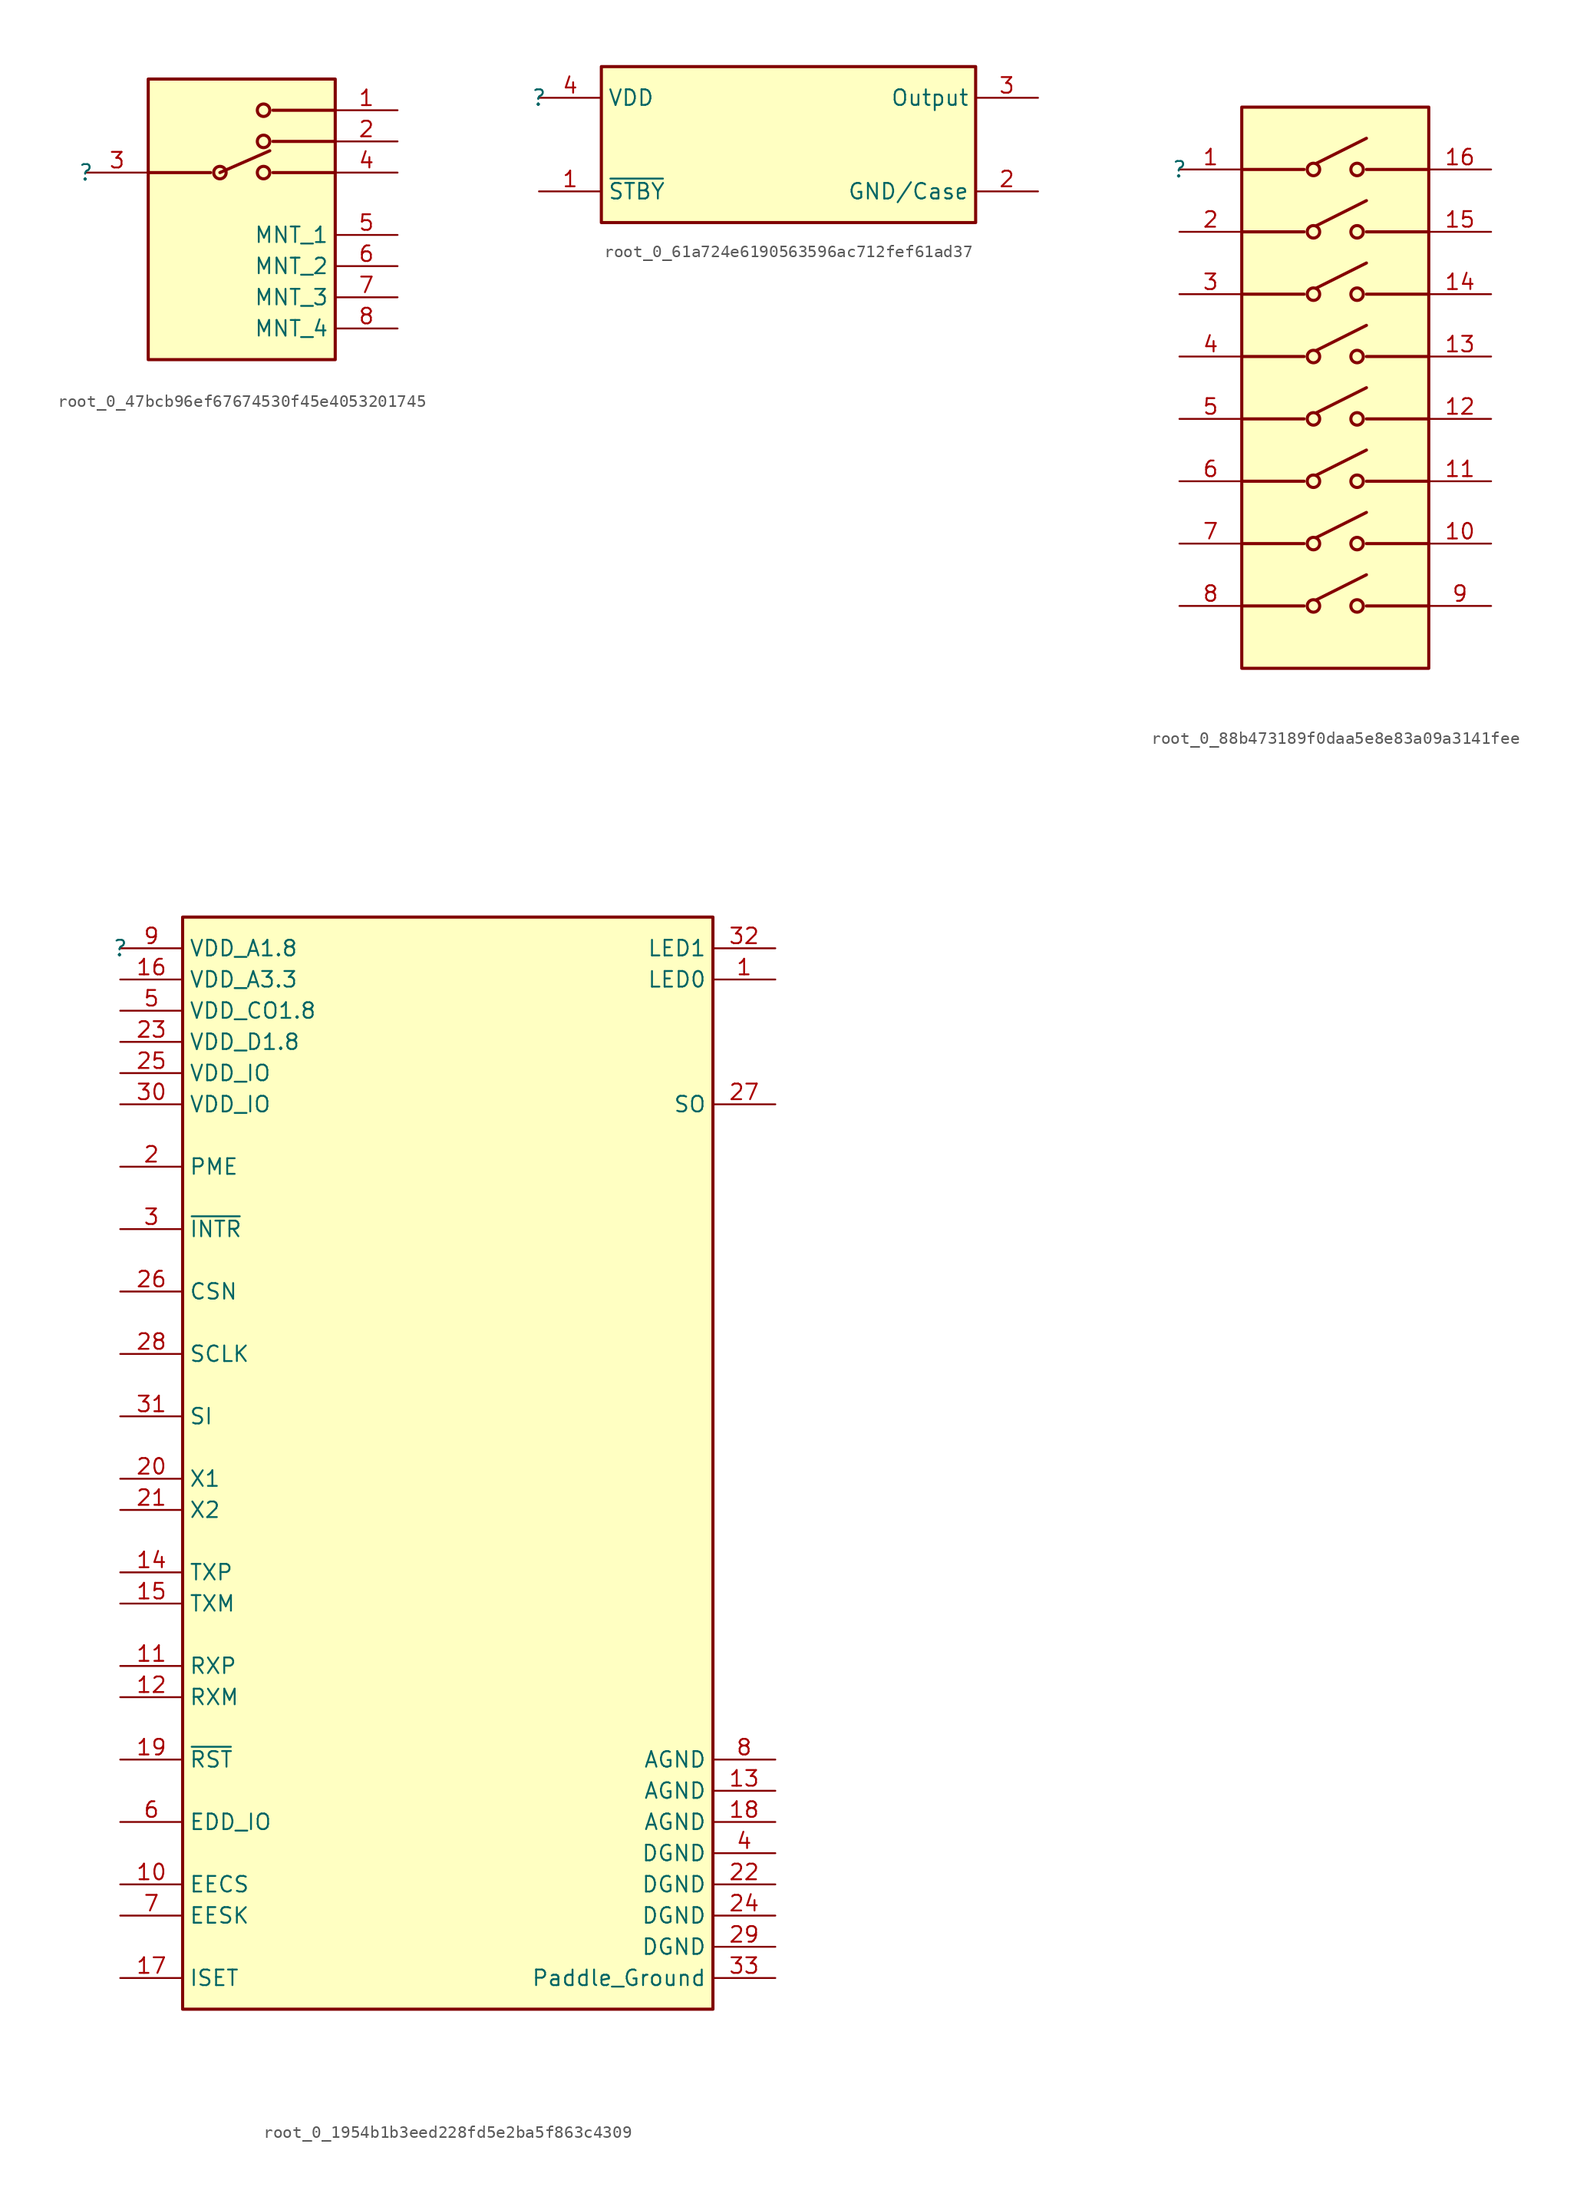
<source format=kicad_sym>
(kicad_symbol_lib
  (version 20231120)
  (generator "kicad_symbol_editor")
  (generator_version "8.0")
  (symbol "root_0_47bcb96ef67674530f45e4053201745"
    (property "Reference" ""
      (at 0 0 0)
      (effects (font (size 1.27 1.27))))
    (property "Value" ""
      (at 0 0 0)
      (effects (font (size 1.27 1.27))))
    (symbol "root_0_47bcb96ef67674530f45e4053201745_1_0"
      (polyline (pts (xy 5.08 0) (xy 10.16 0)) (stroke (width 0.254) (type solid)) (fill (type none)))
      (polyline (pts (xy 10.922 0) (xy 14.986 1.778)) (stroke (width 0.254) (type solid)) (fill (type none)))
      (polyline (pts (xy 15.24 0) (xy 20.32 0)) (stroke (width 0.254) (type solid)) (fill (type none)))
      (polyline (pts (xy 15.24 2.54) (xy 20.32 2.54)) (stroke (width 0.254) (type solid)) (fill (type none)))
      (polyline (pts (xy 20.32 5.08) (xy 15.24 5.08)) (stroke (width 0.254) (type solid)) (fill (type none)))
      (circle (center 10.922 0) (radius 0.508) (stroke (width 0.254) (type solid)) (fill (type none)))
      (circle (center 14.478 0) (radius 0.508) (stroke (width 0.254) (type solid)) (fill (type none)))
      (circle (center 14.478 2.54) (radius 0.508) (stroke (width 0.254) (type solid)) (fill (type none)))
      (circle (center 14.478 5.08) (radius 0.508) (stroke (width 0.254) (type solid)) (fill (type none)))
      (rectangle (start 20.32 7.62) (end 5.08 -15.24) (stroke (width 0.254) (type solid) (color 128 0 0 1)) (fill (type background)))
      (pin passive line (at 25.4 5.08 180) (length 5.08) (name "1" (effects (font (size 0 0)))) (number "1" (effects (font (size 1.27 1.27)))))
      (pin passive line (at 25.4 2.54 180) (length 5.08) (name "2" (effects (font (size 0 0)))) (number "2" (effects (font (size 1.27 1.27)))))
      (pin passive line (at 0 0 0) (length 5.08) (name "C" (effects (font (size 0 0)))) (number "3" (effects (font (size 1.27 1.27)))))
      (pin passive line (at 25.4 0 180) (length 5.08) (name "4" (effects (font (size 0 0)))) (number "4" (effects (font (size 1.27 1.27)))))
      (pin passive line (at 25.4 -5.08 180) (length 5.08) (name "MNT_1" (effects (font (size 1.27 1.27)))) (number "5" (effects (font (size 1.27 1.27)))))
      (pin passive line (at 25.4 -7.62 180) (length 5.08) (name "MNT_2" (effects (font (size 1.27 1.27)))) (number "6" (effects (font (size 1.27 1.27)))))
      (pin passive line (at 25.4 -10.16 180) (length 5.08) (name "MNT_3" (effects (font (size 1.27 1.27)))) (number "7" (effects (font (size 1.27 1.27)))))
      (pin passive line (at 25.4 -12.7 180) (length 5.08) (name "MNT_4" (effects (font (size 1.27 1.27)))) (number "8" (effects (font (size 1.27 1.27)))))))
  (symbol "root_0_61a724e6190563596ac712fef61ad37"
    (property "Reference" ""
      (at 0 0 0)
      (effects (font (size 1.27 1.27))))
    (property "Value" ""
      (at 0 0 0)
      (effects (font (size 1.27 1.27))))
    (symbol "root_0_61a724e6190563596ac712fef61ad37_1_0"
      (rectangle (start 35.56 2.54) (end 5.08 -10.16) (stroke (width 0.254) (type solid) (color 128 0 0 1)) (fill (type background)))
      (pin input line (at 0 -7.62 0) (length 5.08) (name "~{STBY}" (effects (font (size 1.27 1.27)))) (number "1" (effects (font (size 1.27 1.27)))))
      (pin power_in line (at 40.64 -7.62 180) (length 5.08) (name "GND/Case" (effects (font (size 1.27 1.27)))) (number "2" (effects (font (size 1.27 1.27)))))
      (pin output line (at 40.64 0 180) (length 5.08) (name "Output" (effects (font (size 1.27 1.27)))) (number "3" (effects (font (size 1.27 1.27)))))
      (pin power_in line (at 0 0 0) (length 5.08) (name "VDD" (effects (font (size 1.27 1.27)))) (number "4" (effects (font (size 1.27 1.27)))))))
  (symbol "root_0_88b473189f0daa5e8e83a09a3141fee"
    (property "Reference" ""
      (at 0 0 0)
      (effects (font (size 1.27 1.27))))
    (property "Value" ""
      (at 0 0 0)
      (effects (font (size 1.27 1.27))))
    (symbol "root_0_88b473189f0daa5e8e83a09a3141fee_1_0"
      (polyline (pts (xy 5.08 -35.56) (xy 10.16 -35.56)) (stroke (width 0.254) (type solid)) (fill (type none)))
      (polyline (pts (xy 5.08 -30.48) (xy 10.16 -30.48)) (stroke (width 0.254) (type solid)) (fill (type none)))
      (polyline (pts (xy 5.08 -25.4) (xy 10.16 -25.4)) (stroke (width 0.254) (type solid)) (fill (type none)))
      (polyline (pts (xy 5.08 -20.32) (xy 10.16 -20.32)) (stroke (width 0.254) (type solid)) (fill (type none)))
      (polyline (pts (xy 5.08 -15.24) (xy 10.16 -15.24)) (stroke (width 0.254) (type solid)) (fill (type none)))
      (polyline (pts (xy 5.08 -10.16) (xy 10.16 -10.16)) (stroke (width 0.254) (type solid)) (fill (type none)))
      (polyline (pts (xy 5.08 -5.08) (xy 10.16 -5.08)) (stroke (width 0.254) (type solid)) (fill (type none)))
      (polyline (pts (xy 5.08 0) (xy 10.16 0)) (stroke (width 0.254) (type solid)) (fill (type none)))
      (polyline (pts (xy 15.24 -33.02) (xy 11.176 -35.052)) (stroke (width 0.254) (type solid)) (fill (type none)))
      (polyline (pts (xy 15.24 -27.94) (xy 11.176 -29.972)) (stroke (width 0.254) (type solid)) (fill (type none)))
      (polyline (pts (xy 15.24 -22.86) (xy 11.176 -24.892)) (stroke (width 0.254) (type solid)) (fill (type none)))
      (polyline (pts (xy 15.24 -20.32) (xy 20.32 -20.32)) (stroke (width 0.254) (type solid)) (fill (type none)))
      (polyline (pts (xy 15.24 -17.78) (xy 11.176 -19.812)) (stroke (width 0.254) (type solid)) (fill (type none)))
      (polyline (pts (xy 15.24 -12.7) (xy 11.176 -14.732)) (stroke (width 0.254) (type solid)) (fill (type none)))
      (polyline (pts (xy 15.24 -7.62) (xy 11.176 -9.652)) (stroke (width 0.254) (type solid)) (fill (type none)))
      (polyline (pts (xy 15.24 -2.54) (xy 11.176 -4.572)) (stroke (width 0.254) (type solid)) (fill (type none)))
      (polyline (pts (xy 15.24 2.54) (xy 11.176 0.508)) (stroke (width 0.254) (type solid)) (fill (type none)))
      (polyline (pts (xy 20.32 -35.56) (xy 15.24 -35.56)) (stroke (width 0.254) (type solid)) (fill (type none)))
      (polyline (pts (xy 20.32 -30.48) (xy 15.24 -30.48)) (stroke (width 0.254) (type solid)) (fill (type none)))
      (polyline (pts (xy 20.32 -25.4) (xy 15.24 -25.4)) (stroke (width 0.254) (type solid)) (fill (type none)))
      (polyline (pts (xy 20.32 -15.24) (xy 15.24 -15.24)) (stroke (width 0.254) (type solid)) (fill (type none)))
      (polyline (pts (xy 20.32 -10.16) (xy 15.24 -10.16)) (stroke (width 0.254) (type solid)) (fill (type none)))
      (polyline (pts (xy 20.32 -5.08) (xy 15.24 -5.08)) (stroke (width 0.254) (type solid)) (fill (type none)))
      (polyline (pts (xy 20.32 0) (xy 15.24 0)) (stroke (width 0.254) (type solid)) (fill (type none)))
      (circle (center 10.922 -35.56) (radius 0.508) (stroke (width 0.254) (type solid)) (fill (type none)))
      (circle (center 10.922 -30.48) (radius 0.508) (stroke (width 0.254) (type solid)) (fill (type none)))
      (circle (center 10.922 -25.4) (radius 0.508) (stroke (width 0.254) (type solid)) (fill (type none)))
      (circle (center 10.922 -20.32) (radius 0.508) (stroke (width 0.254) (type solid)) (fill (type none)))
      (circle (center 10.922 -15.24) (radius 0.508) (stroke (width 0.254) (type solid)) (fill (type none)))
      (circle (center 10.922 -10.16) (radius 0.508) (stroke (width 0.254) (type solid)) (fill (type none)))
      (circle (center 10.922 -5.08) (radius 0.508) (stroke (width 0.254) (type solid)) (fill (type none)))
      (circle (center 10.922 0) (radius 0.508) (stroke (width 0.254) (type solid)) (fill (type none)))
      (circle (center 14.478 -35.56) (radius 0.508) (stroke (width 0.254) (type solid)) (fill (type none)))
      (circle (center 14.478 -30.48) (radius 0.508) (stroke (width 0.254) (type solid)) (fill (type none)))
      (circle (center 14.478 -25.4) (radius 0.508) (stroke (width 0.254) (type solid)) (fill (type none)))
      (circle (center 14.478 -20.32) (radius 0.508) (stroke (width 0.254) (type solid)) (fill (type none)))
      (circle (center 14.478 -15.24) (radius 0.508) (stroke (width 0.254) (type solid)) (fill (type none)))
      (circle (center 14.478 -10.16) (radius 0.508) (stroke (width 0.254) (type solid)) (fill (type none)))
      (circle (center 14.478 -5.08) (radius 0.508) (stroke (width 0.254) (type solid)) (fill (type none)))
      (circle (center 14.478 0) (radius 0.508) (stroke (width 0.254) (type solid)) (fill (type none)))
      (rectangle (start 20.32 5.08) (end 5.08 -40.64) (stroke (width 0.254) (type solid) (color 128 0 0 1)) (fill (type background)))
      (pin passive line (at 0 0 0) (length 5.08) (name "1" (effects (font (size 0 0)))) (number "1" (effects (font (size 1.27 1.27)))))
      (pin passive line (at 25.4 -30.48 180) (length 5.08) (name "10" (effects (font (size 0 0)))) (number "10" (effects (font (size 1.27 1.27)))))
      (pin passive line (at 25.4 -25.4 180) (length 5.08) (name "11" (effects (font (size 0 0)))) (number "11" (effects (font (size 1.27 1.27)))))
      (pin passive line (at 25.4 -20.32 180) (length 5.08) (name "12" (effects (font (size 0 0)))) (number "12" (effects (font (size 1.27 1.27)))))
      (pin passive line (at 25.4 -15.24 180) (length 5.08) (name "13" (effects (font (size 0 0)))) (number "13" (effects (font (size 1.27 1.27)))))
      (pin passive line (at 25.4 -10.16 180) (length 5.08) (name "14" (effects (font (size 0 0)))) (number "14" (effects (font (size 1.27 1.27)))))
      (pin passive line (at 25.4 -5.08 180) (length 5.08) (name "15" (effects (font (size 0 0)))) (number "15" (effects (font (size 1.27 1.27)))))
      (pin passive line (at 25.4 0 180) (length 5.08) (name "16" (effects (font (size 0 0)))) (number "16" (effects (font (size 1.27 1.27)))))
      (pin passive line (at 0 -5.08 0) (length 5.08) (name "2" (effects (font (size 0 0)))) (number "2" (effects (font (size 1.27 1.27)))))
      (pin passive line (at 0 -10.16 0) (length 5.08) (name "3" (effects (font (size 0 0)))) (number "3" (effects (font (size 1.27 1.27)))))
      (pin passive line (at 0 -15.24 0) (length 5.08) (name "4" (effects (font (size 0 0)))) (number "4" (effects (font (size 1.27 1.27)))))
      (pin passive line (at 0 -20.32 0) (length 5.08) (name "5" (effects (font (size 0 0)))) (number "5" (effects (font (size 1.27 1.27)))))
      (pin passive line (at 0 -25.4 0) (length 5.08) (name "6" (effects (font (size 0 0)))) (number "6" (effects (font (size 1.27 1.27)))))
      (pin passive line (at 0 -30.48 0) (length 5.08) (name "7" (effects (font (size 0 0)))) (number "7" (effects (font (size 1.27 1.27)))))
      (pin passive line (at 0 -35.56 0) (length 5.08) (name "8" (effects (font (size 0 0)))) (number "8" (effects (font (size 1.27 1.27)))))
      (pin passive line (at 25.4 -35.56 180) (length 5.08) (name "9" (effects (font (size 0 0)))) (number "9" (effects (font (size 1.27 1.27)))))))
  (symbol "root_0_1954b1b3eed228fd5e2ba5f863c4309"
    (property "Reference" ""
      (at 0 0 0)
      (effects (font (size 1.27 1.27))))
    (property "Value" ""
      (at 0 0 0)
      (effects (font (size 1.27 1.27))))
    (symbol "root_0_1954b1b3eed228fd5e2ba5f863c4309_1_0"
      (rectangle (start 48.26 2.54) (end 5.08 -86.36) (stroke (width 0.254) (type solid) (color 128 0 0 1)) (fill (type background)))
      (pin output line (at 53.34 -2.54 180) (length 5.08) (name "LED0" (effects (font (size 1.27 1.27)))) (number "1" (effects (font (size 1.27 1.27)))))
      (pin input line (at 0 -76.2 0) (length 5.08) (name "EECS" (effects (font (size 1.27 1.27)))) (number "10" (effects (font (size 1.27 1.27)))))
      (pin bidirectional line (at 0 -58.42 0) (length 5.08) (name "RXP" (effects (font (size 1.27 1.27)))) (number "11" (effects (font (size 1.27 1.27)))))
      (pin bidirectional line (at 0 -60.96 0) (length 5.08) (name "RXM" (effects (font (size 1.27 1.27)))) (number "12" (effects (font (size 1.27 1.27)))))
      (pin power_in line (at 53.34 -68.58 180) (length 5.08) (name "AGND" (effects (font (size 1.27 1.27)))) (number "13" (effects (font (size 1.27 1.27)))))
      (pin bidirectional line (at 0 -50.8 0) (length 5.08) (name "TXP" (effects (font (size 1.27 1.27)))) (number "14" (effects (font (size 1.27 1.27)))))
      (pin bidirectional line (at 0 -53.34 0) (length 5.08) (name "TXM" (effects (font (size 1.27 1.27)))) (number "15" (effects (font (size 1.27 1.27)))))
      (pin power_in line (at 0 -2.54 0) (length 5.08) (name "VDD_A3.3" (effects (font (size 1.27 1.27)))) (number "16" (effects (font (size 1.27 1.27)))))
      (pin output line (at 0 -83.82 0) (length 5.08) (name "ISET" (effects (font (size 1.27 1.27)))) (number "17" (effects (font (size 1.27 1.27)))))
      (pin power_in line (at 53.34 -71.12 180) (length 5.08) (name "AGND" (effects (font (size 1.27 1.27)))) (number "18" (effects (font (size 1.27 1.27)))))
      (pin input line (at 0 -66.04 0) (length 5.08) (name "~{RST}" (effects (font (size 1.27 1.27)))) (number "19" (effects (font (size 1.27 1.27)))))
      (pin input line (at 0 -17.78 0) (length 5.08) (name "PME" (effects (font (size 1.27 1.27)))) (number "2" (effects (font (size 1.27 1.27)))))
      (pin input line (at 0 -43.18 0) (length 5.08) (name "X1" (effects (font (size 1.27 1.27)))) (number "20" (effects (font (size 1.27 1.27)))))
      (pin output line (at 0 -45.72 0) (length 5.08) (name "X2" (effects (font (size 1.27 1.27)))) (number "21" (effects (font (size 1.27 1.27)))))
      (pin power_in line (at 53.34 -76.2 180) (length 5.08) (name "DGND" (effects (font (size 1.27 1.27)))) (number "22" (effects (font (size 1.27 1.27)))))
      (pin power_in line (at 0 -7.62 0) (length 5.08) (name "VDD_D1.8" (effects (font (size 1.27 1.27)))) (number "23" (effects (font (size 1.27 1.27)))))
      (pin power_in line (at 53.34 -78.74 180) (length 5.08) (name "DGND" (effects (font (size 1.27 1.27)))) (number "24" (effects (font (size 1.27 1.27)))))
      (pin power_in line (at 0 -10.16 0) (length 5.08) (name "VDD_IO" (effects (font (size 1.27 1.27)))) (number "25" (effects (font (size 1.27 1.27)))))
      (pin input line (at 0 -27.94 0) (length 5.08) (name "CSN" (effects (font (size 1.27 1.27)))) (number "26" (effects (font (size 1.27 1.27)))))
      (pin output line (at 53.34 -12.7 180) (length 5.08) (name "SO" (effects (font (size 1.27 1.27)))) (number "27" (effects (font (size 1.27 1.27)))))
      (pin input line (at 0 -33.02 0) (length 5.08) (name "SCLK" (effects (font (size 1.27 1.27)))) (number "28" (effects (font (size 1.27 1.27)))))
      (pin power_in line (at 53.34 -81.28 180) (length 5.08) (name "DGND" (effects (font (size 1.27 1.27)))) (number "29" (effects (font (size 1.27 1.27)))))
      (pin input line (at 0 -22.86 0) (length 5.08) (name "~{INTR}" (effects (font (size 1.27 1.27)))) (number "3" (effects (font (size 1.27 1.27)))))
      (pin power_in line (at 0 -12.7 0) (length 5.08) (name "VDD_IO" (effects (font (size 1.27 1.27)))) (number "30" (effects (font (size 1.27 1.27)))))
      (pin input line (at 0 -38.1 0) (length 5.08) (name "SI" (effects (font (size 1.27 1.27)))) (number "31" (effects (font (size 1.27 1.27)))))
      (pin output line (at 53.34 0 180) (length 5.08) (name "LED1" (effects (font (size 1.27 1.27)))) (number "32" (effects (font (size 1.27 1.27)))))
      (pin passive line (at 53.34 -83.82 180) (length 5.08) (name "Paddle_Ground" (effects (font (size 1.27 1.27)))) (number "33" (effects (font (size 1.27 1.27)))))
      (pin power_in line (at 53.34 -73.66 180) (length 5.08) (name "DGND" (effects (font (size 1.27 1.27)))) (number "4" (effects (font (size 1.27 1.27)))))
      (pin power_in line (at 0 -5.08 0) (length 5.08) (name "VDD_CO1.8" (effects (font (size 1.27 1.27)))) (number "5" (effects (font (size 1.27 1.27)))))
      (pin bidirectional line (at 0 -71.12 0) (length 5.08) (name "EDD_IO" (effects (font (size 1.27 1.27)))) (number "6" (effects (font (size 1.27 1.27)))))
      (pin input line (at 0 -78.74 0) (length 5.08) (name "EESK" (effects (font (size 1.27 1.27)))) (number "7" (effects (font (size 1.27 1.27)))))
      (pin power_in line (at 53.34 -66.04 180) (length 5.08) (name "AGND" (effects (font (size 1.27 1.27)))) (number "8" (effects (font (size 1.27 1.27)))))
      (pin power_in line (at 0 0 0) (length 5.08) (name "VDD_A1.8" (effects (font (size 1.27 1.27)))) (number "9" (effects (font (size 1.27 1.27))))))))
</source>
